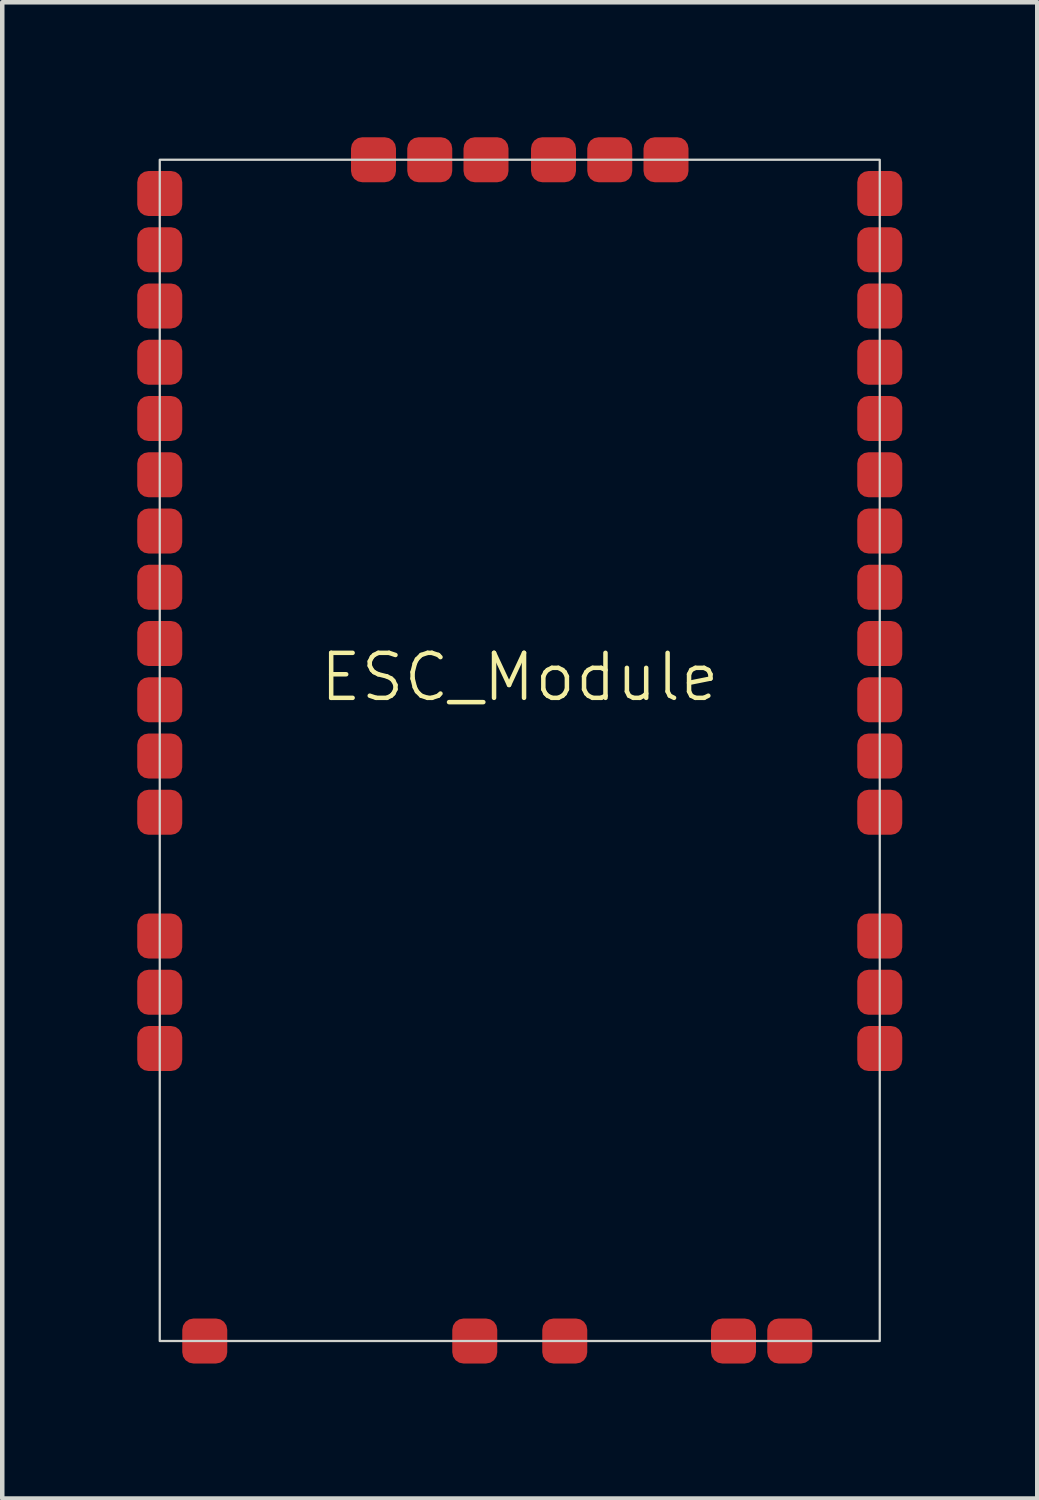
<source format=kicad_pcb>
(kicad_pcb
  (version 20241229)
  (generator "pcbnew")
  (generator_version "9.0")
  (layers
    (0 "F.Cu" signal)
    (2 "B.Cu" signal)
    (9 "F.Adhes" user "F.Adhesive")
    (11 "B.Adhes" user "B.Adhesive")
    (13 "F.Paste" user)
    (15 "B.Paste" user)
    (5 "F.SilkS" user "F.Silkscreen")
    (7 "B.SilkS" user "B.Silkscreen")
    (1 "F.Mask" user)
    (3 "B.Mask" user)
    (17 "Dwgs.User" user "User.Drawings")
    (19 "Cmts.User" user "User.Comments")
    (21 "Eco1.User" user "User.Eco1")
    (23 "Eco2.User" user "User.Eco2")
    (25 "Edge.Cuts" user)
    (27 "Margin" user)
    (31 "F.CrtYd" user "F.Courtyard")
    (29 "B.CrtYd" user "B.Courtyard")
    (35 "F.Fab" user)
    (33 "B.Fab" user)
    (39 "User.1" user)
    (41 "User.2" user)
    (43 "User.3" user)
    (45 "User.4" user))
  (footprint "ESC_Module"
    (layer "F.Cu")
    (at 8.5 12.5)
    (property "Reference" "ESC_Module" (at 0 -0.5 0) (unlocked yes) (layer "F.SilkS") (effects (font (size 1 1) (thickness 0.1))))
    (attr smd)
    (fp_rect (start -8 -12) (end 8 14.25) (stroke (width 0.05) (type solid)) (fill no) (layer "Edge.Cuts"))
    (pad "1" smd roundrect (at -8 -11.25 270) (size 1 1) (layers "F.Cu" "F.Mask" "F.Paste") (roundrect_rratio 0.25))
    (pad "2" smd roundrect (at -8 -10 270) (size 1 1) (layers "F.Cu" "F.Mask" "F.Paste") (roundrect_rratio 0.25))
    (pad "3" smd roundrect (at -8 -8.75 270) (size 1 1) (layers "F.Cu" "F.Mask" "F.Paste") (roundrect_rratio 0.25))
    (pad "3.3V" smd roundrect (at -7 14.25 270) (size 1 1) (layers "F.Cu" "F.Mask" "F.Paste") (roundrect_rratio 0.25))
    (pad "4" smd roundrect (at -8 -7.5 270) (size 1 1) (layers "F.Cu" "F.Mask" "F.Paste") (roundrect_rratio 0.25))
    (pad "5" smd roundrect (at -8 -6.25 270) (size 1 1) (layers "F.Cu" "F.Mask" "F.Paste") (roundrect_rratio 0.25))
    (pad "6" smd roundrect (at -8 -5 270) (size 1 1) (layers "F.Cu" "F.Mask" "F.Paste") (roundrect_rratio 0.25))
    (pad "7" smd roundrect (at -8 -3.75 270) (size 1 1) (layers "F.Cu" "F.Mask" "F.Paste") (roundrect_rratio 0.25))
    (pad "8" smd roundrect (at -8 -2.5 270) (size 1 1) (layers "F.Cu" "F.Mask" "F.Paste") (roundrect_rratio 0.25))
    (pad "9" smd roundrect (at -8 -1.25 270) (size 1 1) (layers "F.Cu" "F.Mask" "F.Paste") (roundrect_rratio 0.25))
    (pad "10" smd roundrect (at -8 0 270) (size 1 1) (layers "F.Cu" "F.Mask" "F.Paste") (roundrect_rratio 0.25))
    (pad "11" smd roundrect (at -8 1.25 270) (size 1 1) (layers "F.Cu" "F.Mask" "F.Paste") (roundrect_rratio 0.25))
    (pad "12" smd roundrect (at -8 2.5 270) (size 1 1) (layers "F.Cu" "F.Mask" "F.Paste") (roundrect_rratio 0.25))
    (pad "13" smd roundrect (at -8 5.25 270) (size 1 1) (layers "F.Cu" "F.Mask" "F.Paste") (roundrect_rratio 0.25))
    (pad "14" smd roundrect (at -8 6.5 270) (size 1 1) (layers "F.Cu" "F.Mask" "F.Paste") (roundrect_rratio 0.25))
    (pad "15" smd roundrect (at -8 7.75 270) (size 1 1) (layers "F.Cu" "F.Mask" "F.Paste") (roundrect_rratio 0.25))
    (pad "16" smd roundrect (at 8 7.75 270) (size 1 1) (layers "F.Cu" "F.Mask" "F.Paste") (roundrect_rratio 0.25))
    (pad "17" smd roundrect (at 8 6.5 270) (size 1 1) (layers "F.Cu" "F.Mask" "F.Paste") (roundrect_rratio 0.25))
    (pad "18" smd roundrect (at 8 5.25 270) (size 1 1) (layers "F.Cu" "F.Mask" "F.Paste") (roundrect_rratio 0.25))
    (pad "19" smd roundrect (at 8 2.5 270) (size 1 1) (layers "F.Cu" "F.Mask" "F.Paste") (roundrect_rratio 0.25))
    (pad "20" smd roundrect (at 8 1.25 270) (size 1 1) (layers "F.Cu" "F.Mask" "F.Paste") (roundrect_rratio 0.25))
    (pad "21" smd roundrect (at 8 0 270) (size 1 1) (layers "F.Cu" "F.Mask" "F.Paste") (roundrect_rratio 0.25))
    (pad "22" smd roundrect (at 8 -1.25 270) (size 1 1) (layers "F.Cu" "F.Mask" "F.Paste") (roundrect_rratio 0.25))
    (pad "23" smd roundrect (at 8 -2.5 270) (size 1 1) (layers "F.Cu" "F.Mask" "F.Paste") (roundrect_rratio 0.25))
    (pad "24" smd roundrect (at 8 -3.75 270) (size 1 1) (layers "F.Cu" "F.Mask" "F.Paste") (roundrect_rratio 0.25))
    (pad "25" smd roundrect (at 8 -5 270) (size 1 1) (layers "F.Cu" "F.Mask" "F.Paste") (roundrect_rratio 0.25))
    (pad "26" smd roundrect (at 8 -6.25 270) (size 1 1) (layers "F.Cu" "F.Mask" "F.Paste") (roundrect_rratio 0.25))
    (pad "27" smd roundrect (at 8 -7.5 270) (size 1 1) (layers "F.Cu" "F.Mask" "F.Paste") (roundrect_rratio 0.25))
    (pad "28" smd roundrect (at 8 -8.75 270) (size 1 1) (layers "F.Cu" "F.Mask" "F.Paste") (roundrect_rratio 0.25))
    (pad "29" smd roundrect (at 8 -10 270) (size 1 1) (layers "F.Cu" "F.Mask" "F.Paste") (roundrect_rratio 0.25))
    (pad "30" smd roundrect (at 8 -11.25 270) (size 1 1) (layers "F.Cu" "F.Mask" "F.Paste") (roundrect_rratio 0.25))
    (pad "31" smd roundrect (at 4.75 14.25 270) (size 1 1) (layers "F.Cu" "F.Mask" "F.Paste") (roundrect_rratio 0.25))
    (pad "32" smd roundrect (at 6 14.25 270) (size 1 1) (layers "F.Cu" "F.Mask" "F.Paste") (roundrect_rratio 0.25))
    (pad "GND" smd roundrect (at -3.25 -12 270) (size 1 1) (layers "F.Cu" "F.Mask" "F.Paste") (roundrect_rratio 0.25))
    (pad "GND" smd roundrect (at -1 14.25 270) (size 1 1) (layers "F.Cu" "F.Mask" "F.Paste") (roundrect_rratio 0.25))
    (pad "GND" smd roundrect (at 1 14.25 270) (size 1 1) (layers "F.Cu" "F.Mask" "F.Paste") (roundrect_rratio 0.25))
    (pad "GND" smd roundrect (at 3.25 -12 270) (size 1 1) (layers "F.Cu" "F.Mask" "F.Paste") (roundrect_rratio 0.25))
    (pad "VDD" smd roundrect (at -0.75 -12 270) (size 1 1) (layers "F.Cu" "F.Mask" "F.Paste") (roundrect_rratio 0.25))
    (pad "VDD" smd roundrect (at 0.75 -12 270) (size 1 1) (layers "F.Cu" "F.Mask" "F.Paste") (roundrect_rratio 0.25))
    (pad "VDrive" smd roundrect (at -2 -12 270) (size 1 1) (layers "F.Cu" "F.Mask" "F.Paste") (roundrect_rratio 0.25))
    (pad "VDrive" smd roundrect (at 2 -12 270) (size 1 1) (layers "F.Cu" "F.Mask" "F.Paste") (roundrect_rratio 0.25)))
  (gr_rect
    (start -3 -3)
    (end 20 30.25)
    (stroke (width 0.1) (type default))
    (fill no)
    (layer "Edge.Cuts")))
</source>
